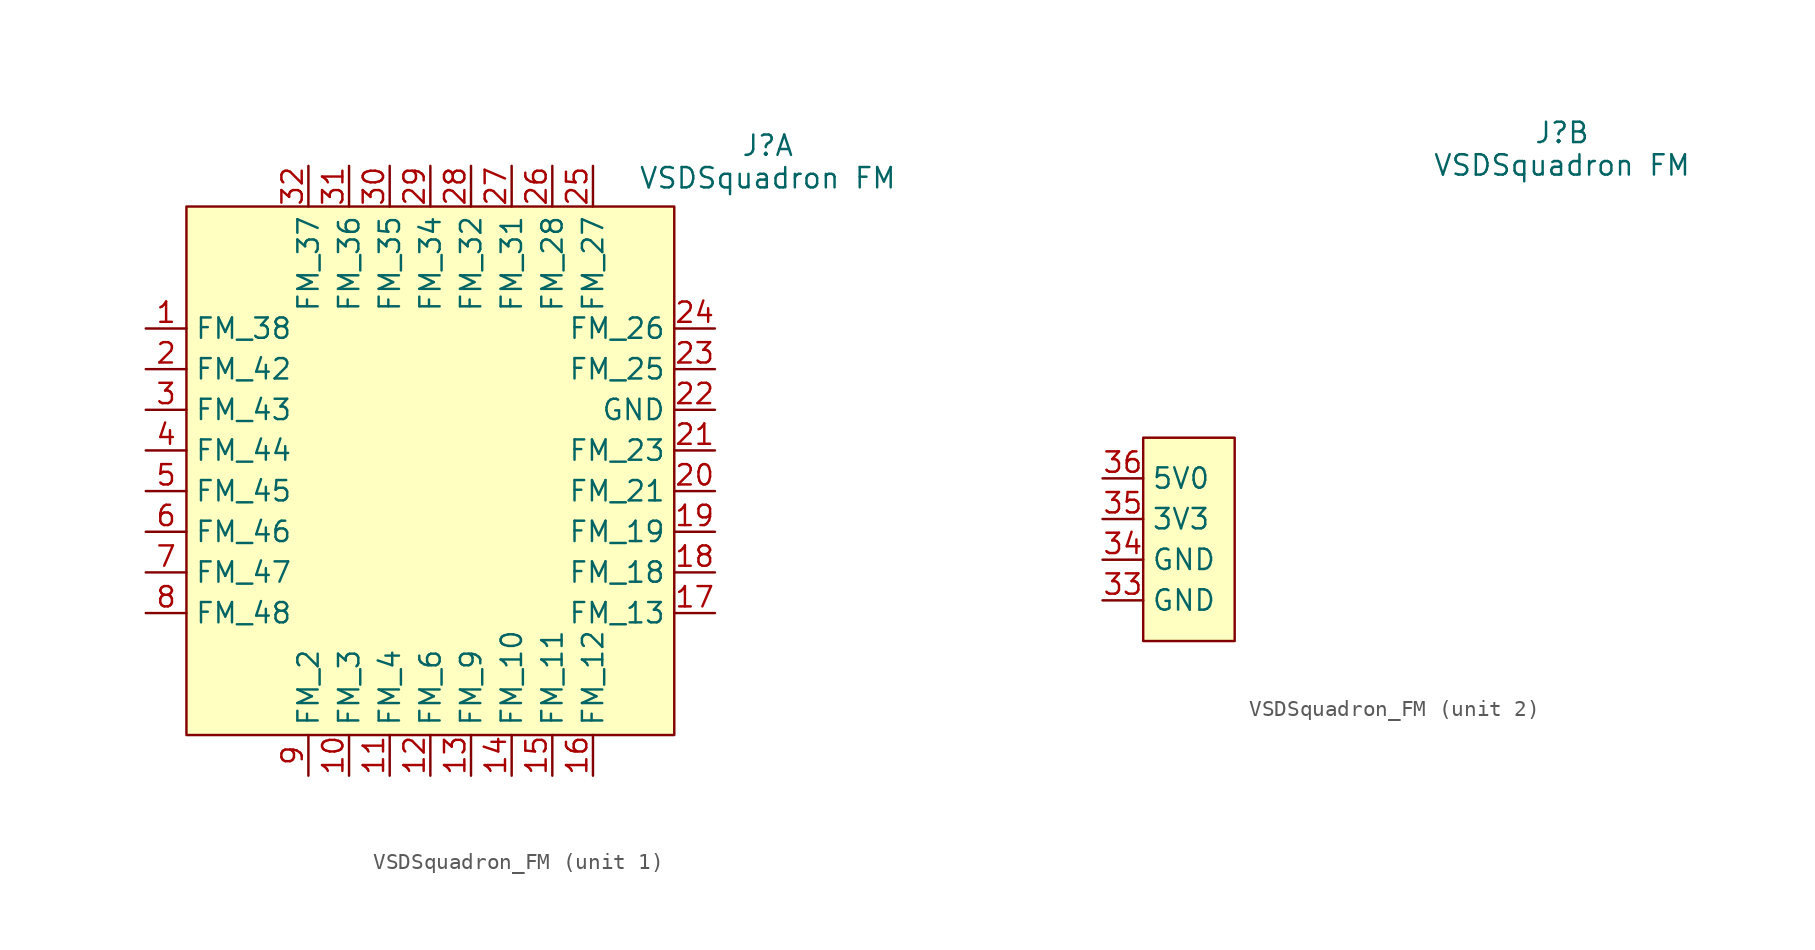
<source format=kicad_sym>
(kicad_symbol_lib
  (version 20231120)
  (generator "kicad_symbol_editor")
  (generator_version "8.0")
  (symbol "VSDSquadron_FM"
    (property "Reference" "J"
      (at 23.622 21.59 0)
      (effects (font (size 1.27 1.27))))
    (property "Value" "VSDSquadron FM"
      (at 23.622 19.558 0)
      (effects (font (size 1.27 1.27))))
    (property "ki_locked" ""
      (at 0 0 0)
      (effects (font (size 1.27 1.27))))
    (symbol "VSDSquadron_FM_1_0"
      (pin bidirectional line (at -2.54 -17.78 90) (length 2.54) (name "FM_3" (effects (font (size 1.27 1.27)))) (number "10" (effects (font (size 1.27 1.27)))))
      (pin bidirectional line (at 0 -17.78 90) (length 2.54) (name "FM_4" (effects (font (size 1.27 1.27)))) (number "11" (effects (font (size 1.27 1.27)))))
      (pin bidirectional line (at 2.54 -17.78 90) (length 2.54) (name "FM_6" (effects (font (size 1.27 1.27)))) (number "12" (effects (font (size 1.27 1.27)))))
      (pin bidirectional line (at 5.08 -17.78 90) (length 2.54) (name "FM_9" (effects (font (size 1.27 1.27)))) (number "13" (effects (font (size 1.27 1.27)))))
      (pin bidirectional line (at 7.62 -17.78 90) (length 2.54) (name "FM_10" (effects (font (size 1.27 1.27)))) (number "14" (effects (font (size 1.27 1.27)))))
      (pin bidirectional line (at 20.32 -7.62 180) (length 2.54) (name "FM_13" (effects (font (size 1.27 1.27)))) (number "17" (effects (font (size 1.27 1.27)))))
      (pin bidirectional line (at 20.32 -5.08 180) (length 2.54) (name "FM_18" (effects (font (size 1.27 1.27)))) (number "18" (effects (font (size 1.27 1.27)))))
      (pin bidirectional line (at 20.32 -2.54 180) (length 2.54) (name "FM_19" (effects (font (size 1.27 1.27)))) (number "19" (effects (font (size 1.27 1.27)))))
      (pin bidirectional line (at 20.32 0 180) (length 2.54) (name "FM_21" (effects (font (size 1.27 1.27)))) (number "20" (effects (font (size 1.27 1.27)))))
      (pin bidirectional line (at 20.32 2.54 180) (length 2.54) (name "FM_23" (effects (font (size 1.27 1.27)))) (number "21" (effects (font (size 1.27 1.27)))))
      (pin power_in line (at 20.32 5.08 180) (length 2.54) (name "GND" (effects (font (size 1.27 1.27)))) (number "22" (effects (font (size 1.27 1.27)))))
      (pin bidirectional line (at 20.32 7.62 180) (length 2.54) (name "FM_25" (effects (font (size 1.27 1.27)))) (number "23" (effects (font (size 1.27 1.27)))))
      (pin bidirectional line (at 20.32 10.16 180) (length 2.54) (name "FM_26" (effects (font (size 1.27 1.27)))) (number "24" (effects (font (size 1.27 1.27)))))
      (pin bidirectional line (at 12.7 20.32 270) (length 2.54) (name "FM_27" (effects (font (size 1.27 1.27)))) (number "25" (effects (font (size 1.27 1.27)))))
      (pin bidirectional line (at 10.16 20.32 270) (length 2.54) (name "FM_28" (effects (font (size 1.27 1.27)))) (number "26" (effects (font (size 1.27 1.27)))))
      (pin bidirectional line (at 2.54 20.32 270) (length 2.54) (name "FM_34" (effects (font (size 1.27 1.27)))) (number "29" (effects (font (size 1.27 1.27)))))
      (pin bidirectional line (at -15.24 5.08 0) (length 2.54) (name "FM_43" (effects (font (size 1.27 1.27)))) (number "3" (effects (font (size 1.27 1.27)))))
      (pin bidirectional line (at 0 20.32 270) (length 2.54) (name "FM_35" (effects (font (size 1.27 1.27)))) (number "30" (effects (font (size 1.27 1.27)))))
      (pin bidirectional line (at -2.54 20.32 270) (length 2.54) (name "FM_36" (effects (font (size 1.27 1.27)))) (number "31" (effects (font (size 1.27 1.27)))))
      (pin bidirectional line (at -5.08 20.32 270) (length 2.54) (name "FM_37" (effects (font (size 1.27 1.27)))) (number "32" (effects (font (size 1.27 1.27)))))
      (pin bidirectional line (at -15.24 2.54 0) (length 2.54) (name "FM_44" (effects (font (size 1.27 1.27)))) (number "4" (effects (font (size 1.27 1.27)))))
      (pin bidirectional line (at -15.24 0 0) (length 2.54) (name "FM_45" (effects (font (size 1.27 1.27)))) (number "5" (effects (font (size 1.27 1.27)))))
      (pin bidirectional line (at -15.24 -2.54 0) (length 2.54) (name "FM_46" (effects (font (size 1.27 1.27)))) (number "6" (effects (font (size 1.27 1.27)))))
      (pin bidirectional line (at -15.24 -5.08 0) (length 2.54) (name "FM_47" (effects (font (size 1.27 1.27)))) (number "7" (effects (font (size 1.27 1.27))))))
    (symbol "VSDSquadron_FM_1_1"
      (rectangle (start -12.7 17.78) (end 17.78 -15.24) (stroke (width 0) (type default)) (fill (type background)))
      (pin bidirectional line (at -15.24 10.16 0) (length 2.54) (name "FM_38" (effects (font (size 1.27 1.27)))) (number "1" (effects (font (size 1.27 1.27)))))
      (pin bidirectional line (at 10.16 -17.78 90) (length 2.54) (name "FM_11" (effects (font (size 1.27 1.27)))) (number "15" (effects (font (size 1.27 1.27)))))
      (pin bidirectional line (at 12.7 -17.78 90) (length 2.54) (name "FM_12" (effects (font (size 1.27 1.27)))) (number "16" (effects (font (size 1.27 1.27)))))
      (pin bidirectional line (at -15.24 7.62 0) (length 2.54) (name "FM_42" (effects (font (size 1.27 1.27)))) (number "2" (effects (font (size 1.27 1.27)))))
      (pin bidirectional line (at 7.62 20.32 270) (length 2.54) (name "FM_31" (effects (font (size 1.27 1.27)))) (number "27" (effects (font (size 1.27 1.27)))))
      (pin bidirectional line (at 5.08 20.32 270) (length 2.54) (name "FM_32" (effects (font (size 1.27 1.27)))) (number "28" (effects (font (size 1.27 1.27)))))
      (pin bidirectional line (at -15.24 -7.62 0) (length 2.54) (name "FM_48" (effects (font (size 1.27 1.27)))) (number "8" (effects (font (size 1.27 1.27)))))
      (pin bidirectional line (at -5.08 -17.78 90) (length 2.54) (name "FM_2" (effects (font (size 1.27 1.27)))) (number "9" (effects (font (size 1.27 1.27))))))
    (symbol "VSDSquadron_FM_2_1"
      (rectangle (start -2.54 2.54) (end 3.175 -10.16) (stroke (width 0) (type default)) (fill (type background)))
      (pin power_in line (at -5.08 -7.62 0) (length 2.54) (name "GND" (effects (font (size 1.27 1.27)))) (number "33" (effects (font (size 1.27 1.27)))))
      (pin power_in line (at -5.08 -5.08 0) (length 2.54) (name "GND" (effects (font (size 1.27 1.27)))) (number "34" (effects (font (size 1.27 1.27)))))
      (pin power_in line (at -5.08 -2.54 0) (length 2.54) (name "3V3" (effects (font (size 1.27 1.27)))) (number "35" (effects (font (size 1.27 1.27)))))
      (pin power_in line (at -5.08 0 0) (length 2.54) (name "5V0" (effects (font (size 1.27 1.27)))) (number "36" (effects (font (size 1.27 1.27))))))))
</source>
